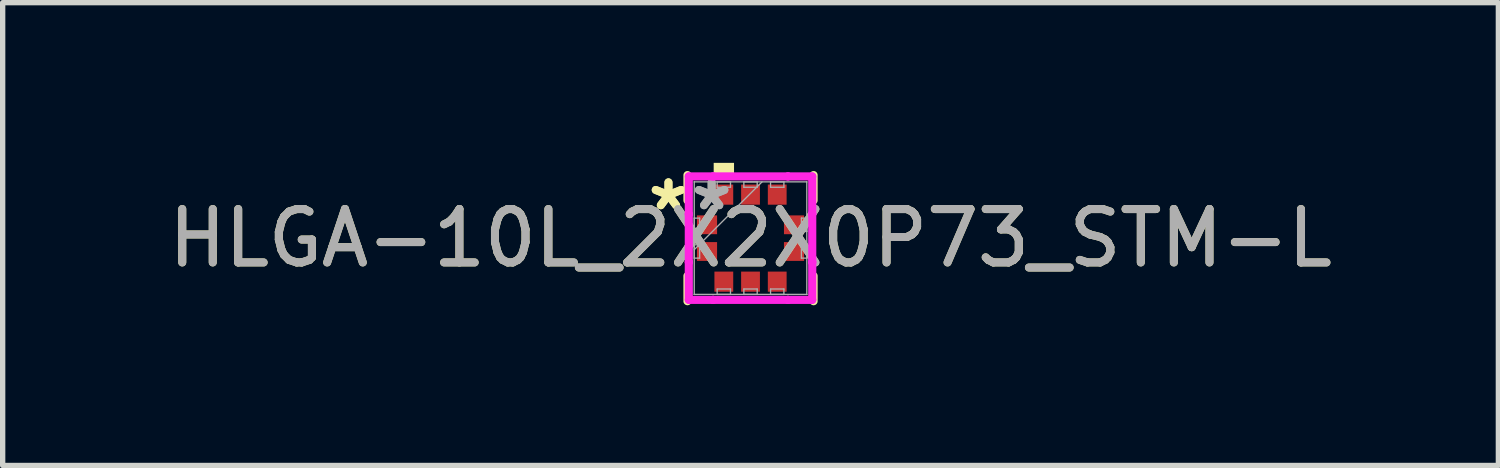
<source format=kicad_pcb>
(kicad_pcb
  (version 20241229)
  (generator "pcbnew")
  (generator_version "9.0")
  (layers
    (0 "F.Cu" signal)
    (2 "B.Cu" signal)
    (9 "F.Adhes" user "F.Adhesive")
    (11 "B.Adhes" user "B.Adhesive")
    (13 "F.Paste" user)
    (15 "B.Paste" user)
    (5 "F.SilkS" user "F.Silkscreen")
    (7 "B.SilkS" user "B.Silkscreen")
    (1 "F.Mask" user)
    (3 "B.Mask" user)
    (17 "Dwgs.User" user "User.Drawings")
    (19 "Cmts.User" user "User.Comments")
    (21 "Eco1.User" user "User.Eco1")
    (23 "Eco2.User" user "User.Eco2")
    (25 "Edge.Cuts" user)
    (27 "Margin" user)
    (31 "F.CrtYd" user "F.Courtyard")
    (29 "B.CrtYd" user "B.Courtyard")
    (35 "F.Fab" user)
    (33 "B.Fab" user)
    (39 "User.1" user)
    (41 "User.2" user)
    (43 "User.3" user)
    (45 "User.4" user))
  (footprint "HLGA-10L_2X2X0P73_STM-L"
    (layer "F.Cu")
    (at 11.006 1.41)
    (property "Reference" "HLGA-10L_2X2X0P73_STM-L" (at 0 0 0) (unlocked yes) (layer "F.SilkS") (effects (font (size 1 1) (thickness 0.15))))
    (attr smd)
    (fp_line (start -1.181 -1.181) (end -1.181 -0.707) (stroke (width 0.152) (type solid)) (layer "F.SilkS"))
    (fp_line (start -1.181 0.707) (end -1.181 1.181) (stroke (width 0.152) (type solid)) (layer "F.SilkS"))
    (fp_line (start 1.181 -0.707) (end 1.181 -1.181) (stroke (width 0.152) (type solid)) (layer "F.SilkS"))
    (fp_line (start 1.181 1.181) (end 1.181 0.707) (stroke (width 0.152) (type solid)) (layer "F.SilkS"))
    (fp_poly (pts (xy -0.69 -1.156) (xy -0.69 -1.41) (xy -0.309 -1.41) (xy -0.309 -1.156)) (stroke (width 0) (type solid)) (fill yes) (layer "F.SilkS"))
    (fp_line (start -1.156 -1.156) (end -0.701 -1.156) (stroke (width 0.152) (type solid)) (layer "F.CrtYd"))
    (fp_line (start -1.156 -0.451) (end -1.156 -1.156) (stroke (width 0.152) (type solid)) (layer "F.CrtYd"))
    (fp_line (start -1.156 -0.451) (end -1.156 -0.451) (stroke (width 0.152) (type solid)) (layer "F.CrtYd"))
    (fp_line (start -1.156 0.451) (end -1.156 -0.451) (stroke (width 0.152) (type solid)) (layer "F.CrtYd"))
    (fp_line (start -1.156 0.451) (end -1.156 0.451) (stroke (width 0.152) (type solid)) (layer "F.CrtYd"))
    (fp_line (start -1.156 1.156) (end -1.156 0.451) (stroke (width 0.152) (type solid)) (layer "F.CrtYd"))
    (fp_line (start -0.701 -1.156) (end -0.701 -1.156) (stroke (width 0.152) (type solid)) (layer "F.CrtYd"))
    (fp_line (start -0.701 -1.156) (end 0.701 -1.156) (stroke (width 0.152) (type solid)) (layer "F.CrtYd"))
    (fp_line (start -0.701 1.156) (end -1.156 1.156) (stroke (width 0.152) (type solid)) (layer "F.CrtYd"))
    (fp_line (start -0.701 1.156) (end -0.701 1.156) (stroke (width 0.152) (type solid)) (layer "F.CrtYd"))
    (fp_line (start 0.701 -1.156) (end 0.701 -1.156) (stroke (width 0.152) (type solid)) (layer "F.CrtYd"))
    (fp_line (start 0.701 -1.156) (end 1.156 -1.156) (stroke (width 0.152) (type solid)) (layer "F.CrtYd"))
    (fp_line (start 0.701 1.156) (end -0.701 1.156) (stroke (width 0.152) (type solid)) (layer "F.CrtYd"))
    (fp_line (start 0.701 1.156) (end 0.701 1.156) (stroke (width 0.152) (type solid)) (layer "F.CrtYd"))
    (fp_line (start 1.156 -1.156) (end 1.156 -0.451) (stroke (width 0.152) (type solid)) (layer "F.CrtYd"))
    (fp_line (start 1.156 -0.451) (end 1.156 -0.451) (stroke (width 0.152) (type solid)) (layer "F.CrtYd"))
    (fp_line (start 1.156 -0.451) (end 1.156 0.451) (stroke (width 0.152) (type solid)) (layer "F.CrtYd"))
    (fp_line (start 1.156 0.451) (end 1.156 0.451) (stroke (width 0.152) (type solid)) (layer "F.CrtYd"))
    (fp_line (start 1.156 0.451) (end 1.156 1.156) (stroke (width 0.152) (type solid)) (layer "F.CrtYd"))
    (fp_line (start 1.156 1.156) (end 0.701 1.156) (stroke (width 0.152) (type solid)) (layer "F.CrtYd"))
    (fp_line (start -1.054 -1.054) (end -1.054 -1.054) (stroke (width 0.025) (type solid)) (layer "F.Fab"))
    (fp_line (start -1.054 -1.054) (end -1.054 1.054) (stroke (width 0.025) (type solid)) (layer "F.Fab"))
    (fp_line (start -1.054 -0.375) (end -0.953 -0.375) (stroke (width 0.025) (type solid)) (layer "F.Fab"))
    (fp_line (start -1.054 -0.125) (end -1.054 -0.375) (stroke (width 0.025) (type solid)) (layer "F.Fab"))
    (fp_line (start -1.054 0.125) (end -0.953 0.125) (stroke (width 0.025) (type solid)) (layer "F.Fab"))
    (fp_line (start -1.054 0.216) (end 0.216 -1.054) (stroke (width 0.025) (type solid)) (layer "F.Fab"))
    (fp_line (start -1.054 0.375) (end -1.054 0.125) (stroke (width 0.025) (type solid)) (layer "F.Fab"))
    (fp_line (start -1.054 1.054) (end -1.054 1.054) (stroke (width 0.025) (type solid)) (layer "F.Fab"))
    (fp_line (start -1.054 1.054) (end 1.054 1.054) (stroke (width 0.025) (type solid)) (layer "F.Fab"))
    (fp_line (start -0.953 -0.375) (end -0.953 -0.125) (stroke (width 0.025) (type solid)) (layer "F.Fab"))
    (fp_line (start -0.953 -0.125) (end -1.054 -0.125) (stroke (width 0.025) (type solid)) (layer "F.Fab"))
    (fp_line (start -0.953 0.125) (end -0.953 0.375) (stroke (width 0.025) (type solid)) (layer "F.Fab"))
    (fp_line (start -0.953 0.375) (end -1.054 0.375) (stroke (width 0.025) (type solid)) (layer "F.Fab"))
    (fp_line (start -0.625 -1.054) (end -0.375 -1.054) (stroke (width 0.025) (type solid)) (layer "F.Fab"))
    (fp_line (start -0.625 -0.953) (end -0.625 -1.054) (stroke (width 0.025) (type solid)) (layer "F.Fab"))
    (fp_line (start -0.625 0.953) (end -0.375 0.953) (stroke (width 0.025) (type solid)) (layer "F.Fab"))
    (fp_line (start -0.625 1.054) (end -0.625 0.953) (stroke (width 0.025) (type solid)) (layer "F.Fab"))
    (fp_line (start -0.375 -1.054) (end -0.375 -0.953) (stroke (width 0.025) (type solid)) (layer "F.Fab"))
    (fp_line (start -0.375 -0.953) (end -0.625 -0.953) (stroke (width 0.025) (type solid)) (layer "F.Fab"))
    (fp_line (start -0.375 0.953) (end -0.375 1.054) (stroke (width 0.025) (type solid)) (layer "F.Fab"))
    (fp_line (start -0.375 1.054) (end -0.625 1.054) (stroke (width 0.025) (type solid)) (layer "F.Fab"))
    (fp_line (start -0.125 -1.054) (end 0.125 -1.054) (stroke (width 0.025) (type solid)) (layer "F.Fab"))
    (fp_line (start -0.125 -0.953) (end -0.125 -1.054) (stroke (width 0.025) (type solid)) (layer "F.Fab"))
    (fp_line (start -0.125 0.953) (end 0.125 0.953) (stroke (width 0.025) (type solid)) (layer "F.Fab"))
    (fp_line (start -0.125 1.054) (end -0.125 0.953) (stroke (width 0.025) (type solid)) (layer "F.Fab"))
    (fp_line (start 0.125 -1.054) (end 0.125 -0.953) (stroke (width 0.025) (type solid)) (layer "F.Fab"))
    (fp_line (start 0.125 -0.953) (end -0.125 -0.953) (stroke (width 0.025) (type solid)) (layer "F.Fab"))
    (fp_line (start 0.125 0.953) (end 0.125 1.054) (stroke (width 0.025) (type solid)) (layer "F.Fab"))
    (fp_line (start 0.125 1.054) (end -0.125 1.054) (stroke (width 0.025) (type solid)) (layer "F.Fab"))
    (fp_line (start 0.375 -1.054) (end 0.625 -1.054) (stroke (width 0.025) (type solid)) (layer "F.Fab"))
    (fp_line (start 0.375 -0.953) (end 0.375 -1.054) (stroke (width 0.025) (type solid)) (layer "F.Fab"))
    (fp_line (start 0.375 0.953) (end 0.625 0.953) (stroke (width 0.025) (type solid)) (layer "F.Fab"))
    (fp_line (start 0.375 1.054) (end 0.375 0.953) (stroke (width 0.025) (type solid)) (layer "F.Fab"))
    (fp_line (start 0.625 -1.054) (end 0.625 -0.953) (stroke (width 0.025) (type solid)) (layer "F.Fab"))
    (fp_line (start 0.625 -0.953) (end 0.375 -0.953) (stroke (width 0.025) (type solid)) (layer "F.Fab"))
    (fp_line (start 0.625 0.953) (end 0.625 1.054) (stroke (width 0.025) (type solid)) (layer "F.Fab"))
    (fp_line (start 0.625 1.054) (end 0.375 1.054) (stroke (width 0.025) (type solid)) (layer "F.Fab"))
    (fp_line (start 0.953 -0.375) (end 1.054 -0.375) (stroke (width 0.025) (type solid)) (layer "F.Fab"))
    (fp_line (start 0.953 -0.125) (end 0.953 -0.375) (stroke (width 0.025) (type solid)) (layer "F.Fab"))
    (fp_line (start 0.953 0.125) (end 1.054 0.125) (stroke (width 0.025) (type solid)) (layer "F.Fab"))
    (fp_line (start 0.953 0.375) (end 0.953 0.125) (stroke (width 0.025) (type solid)) (layer "F.Fab"))
    (fp_line (start 1.054 -1.054) (end -1.054 -1.054) (stroke (width 0.025) (type solid)) (layer "F.Fab"))
    (fp_line (start 1.054 -1.054) (end 1.054 -1.054) (stroke (width 0.025) (type solid)) (layer "F.Fab"))
    (fp_line (start 1.054 -0.375) (end 1.054 -0.125) (stroke (width 0.025) (type solid)) (layer "F.Fab"))
    (fp_line (start 1.054 -0.125) (end 0.953 -0.125) (stroke (width 0.025) (type solid)) (layer "F.Fab"))
    (fp_line (start 1.054 0.125) (end 1.054 0.375) (stroke (width 0.025) (type solid)) (layer "F.Fab"))
    (fp_line (start 1.054 0.375) (end 0.953 0.375) (stroke (width 0.025) (type solid)) (layer "F.Fab"))
    (fp_line (start 1.054 1.054) (end 1.054 -1.054) (stroke (width 0.025) (type solid)) (layer "F.Fab"))
    (fp_line (start 1.054 1.054) (end 1.054 1.054) (stroke (width 0.025) (type solid)) (layer "F.Fab"))
    (fp_text user "*" (at -1.537 -0.5 0) (layer "F.SilkS") (effects (font (size 1 1) (thickness 0.15))))
    (fp_text user "*" (at -1.537 -0.5 0) (unlocked yes) (layer "F.SilkS") (effects (font (size 1 1) (thickness 0.15))))
    (fp_text user "*" (at -0.728 -0.5 0) (unlocked yes) (layer "F.Fab") (effects (font (size 1 1) (thickness 0.15))))
    (fp_text user "*" (at -0.728 -0.5 0) (layer "F.Fab") (effects (font (size 1 1) (thickness 0.15))))
    (fp_text user "${REFERENCE}" (at 0 0 0) (unlocked yes) (layer "F.Fab") (effects (font (size 1 1) (thickness 0.15))))
    (pad "1" smd rect (at -0.815 -0.25 90) (size 0.352 0.377) (layers "F.Cu" "F.Mask" "F.Paste"))
    (pad "2" smd rect (at -0.815 0.25 90) (size 0.352 0.377) (layers "F.Cu" "F.Mask" "F.Paste"))
    (pad "3" smd rect (at -0.5 0.815) (size 0.352 0.377) (layers "F.Cu" "F.Mask" "F.Paste"))
    (pad "4" smd rect (at 0 0.815) (size 0.352 0.377) (layers "F.Cu" "F.Mask" "F.Paste"))
    (pad "5" smd rect (at 0.5 0.815) (size 0.352 0.377) (layers "F.Cu" "F.Mask" "F.Paste"))
    (pad "6" smd rect (at 0.815 0.25 90) (size 0.352 0.377) (layers "F.Cu" "F.Mask" "F.Paste"))
    (pad "7" smd rect (at 0.815 -0.25 90) (size 0.352 0.377) (layers "F.Cu" "F.Mask" "F.Paste"))
    (pad "8" smd rect (at 0.5 -0.815) (size 0.352 0.377) (layers "F.Cu" "F.Mask" "F.Paste"))
    (pad "9" smd rect (at 0 -0.815) (size 0.352 0.377) (layers "F.Cu" "F.Mask" "F.Paste"))
    (pad "10" smd rect (at -0.5 -0.815) (size 0.352 0.377) (layers "F.Cu" "F.Mask" "F.Paste")))
  (gr_rect
    (start -3 -3)
    (end 25.012 5.667)
    (stroke (width 0.1) (type default))
    (fill no)
    (layer "Edge.Cuts")))
</source>
